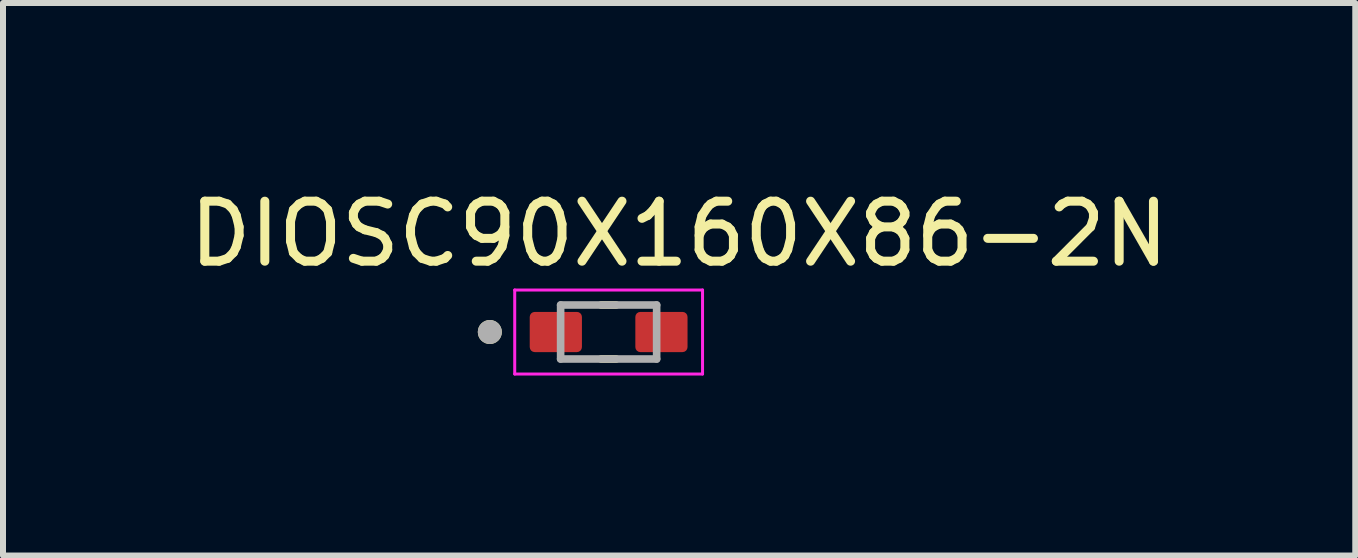
<source format=kicad_pcb>
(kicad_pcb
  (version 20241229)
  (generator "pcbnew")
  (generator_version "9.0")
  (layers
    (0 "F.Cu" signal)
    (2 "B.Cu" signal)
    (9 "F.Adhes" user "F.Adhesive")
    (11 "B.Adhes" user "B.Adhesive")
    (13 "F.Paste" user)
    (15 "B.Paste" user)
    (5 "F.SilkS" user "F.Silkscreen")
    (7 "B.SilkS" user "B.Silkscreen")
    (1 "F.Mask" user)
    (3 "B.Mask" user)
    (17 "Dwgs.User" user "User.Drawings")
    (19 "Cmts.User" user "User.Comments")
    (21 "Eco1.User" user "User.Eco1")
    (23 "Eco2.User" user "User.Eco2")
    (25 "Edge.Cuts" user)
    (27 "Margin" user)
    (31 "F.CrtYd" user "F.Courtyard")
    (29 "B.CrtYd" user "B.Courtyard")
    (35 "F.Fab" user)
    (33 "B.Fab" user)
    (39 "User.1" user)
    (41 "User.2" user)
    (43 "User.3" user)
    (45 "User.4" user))
  (footprint "DIOSC90X160X86-2N"
    (layer "F.Cu")
    (at 7.093 2.483)
    (property "Reference" "DIOSC90X160X86-2N" (at 1.175 -1.635 0) (layer "F.SilkS") (effects (font (size 1 1) (thickness 0.15))))
    (attr smd)
    (fp_line (start -0.125 -0.45) (end 0.125 -0.45) (stroke (width 0.127) (type solid)) (layer "F.SilkS"))
    (fp_line (start -0.125 0.45) (end 0.125 0.45) (stroke (width 0.127) (type solid)) (layer "F.SilkS"))
    (fp_circle (center -1.98 0) (end -1.88 0) (stroke (width 0.2) (type solid)) (fill no) (layer "F.SilkS"))
    (fp_line (start -1.565 -0.7) (end 1.565 -0.7) (stroke (width 0.05) (type solid)) (layer "F.CrtYd"))
    (fp_line (start -1.565 0.7) (end -1.565 -0.7) (stroke (width 0.05) (type solid)) (layer "F.CrtYd"))
    (fp_line (start -1.565 0.7) (end 1.565 0.7) (stroke (width 0.05) (type solid)) (layer "F.CrtYd"))
    (fp_line (start 1.565 0.7) (end 1.565 -0.7) (stroke (width 0.05) (type solid)) (layer "F.CrtYd"))
    (fp_line (start -0.8 0.45) (end -0.8 -0.45) (stroke (width 0.127) (type solid)) (layer "F.Fab"))
    (fp_line (start 0.8 -0.45) (end -0.8 -0.45) (stroke (width 0.127) (type solid)) (layer "F.Fab"))
    (fp_line (start 0.8 0.45) (end -0.8 0.45) (stroke (width 0.127) (type solid)) (layer "F.Fab"))
    (fp_line (start 0.8 0.45) (end 0.8 -0.45) (stroke (width 0.127) (type solid)) (layer "F.Fab"))
    (fp_circle (center -1.98 0) (end -1.88 0) (stroke (width 0.2) (type solid)) (fill no) (layer "F.Fab"))
    (pad "A" smd roundrect (at 0.88 0) (size 0.87 0.67) (layers "F.Cu" "F.Mask" "F.Paste") (roundrect_rratio 0.125))
    (pad "C" smd roundrect (at -0.88 0) (size 0.87 0.67) (layers "F.Cu" "F.Mask" "F.Paste") (roundrect_rratio 0.125)))
  (gr_rect
    (start -3 -3)
    (end 19.536 6.208)
    (stroke (width 0.1) (type default))
    (fill no)
    (layer "Edge.Cuts")))
</source>
